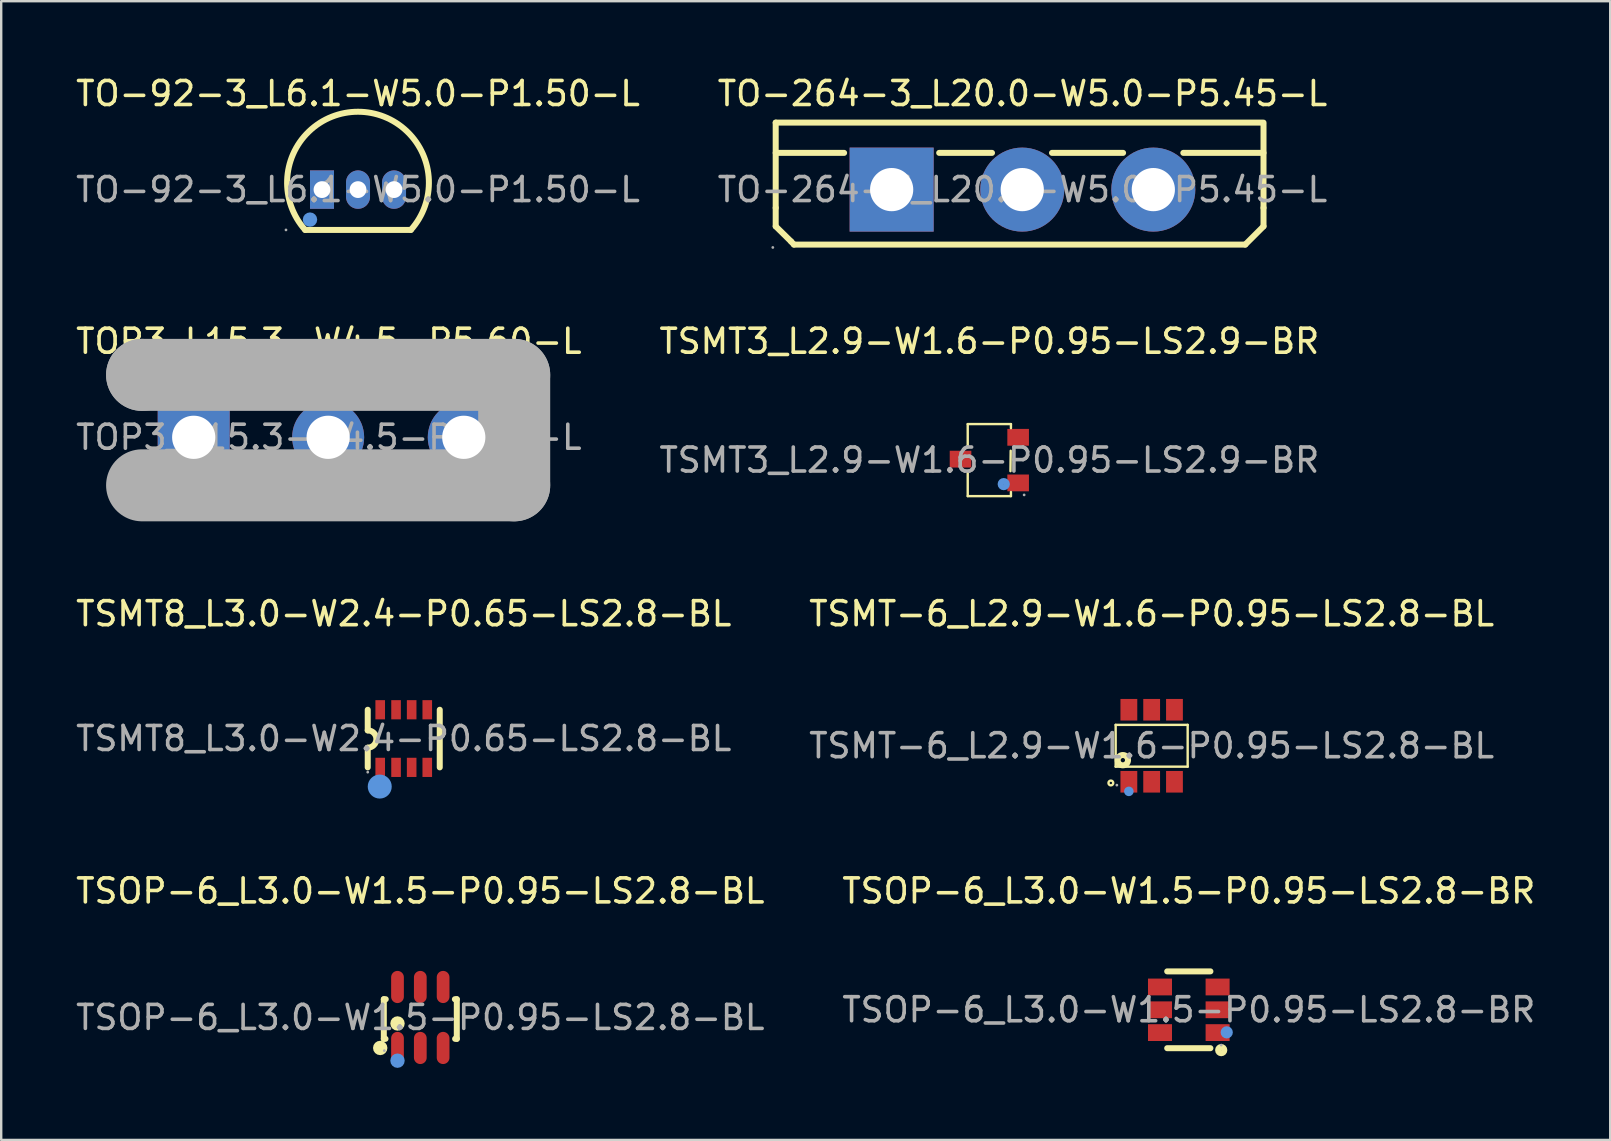
<source format=kicad_pcb>
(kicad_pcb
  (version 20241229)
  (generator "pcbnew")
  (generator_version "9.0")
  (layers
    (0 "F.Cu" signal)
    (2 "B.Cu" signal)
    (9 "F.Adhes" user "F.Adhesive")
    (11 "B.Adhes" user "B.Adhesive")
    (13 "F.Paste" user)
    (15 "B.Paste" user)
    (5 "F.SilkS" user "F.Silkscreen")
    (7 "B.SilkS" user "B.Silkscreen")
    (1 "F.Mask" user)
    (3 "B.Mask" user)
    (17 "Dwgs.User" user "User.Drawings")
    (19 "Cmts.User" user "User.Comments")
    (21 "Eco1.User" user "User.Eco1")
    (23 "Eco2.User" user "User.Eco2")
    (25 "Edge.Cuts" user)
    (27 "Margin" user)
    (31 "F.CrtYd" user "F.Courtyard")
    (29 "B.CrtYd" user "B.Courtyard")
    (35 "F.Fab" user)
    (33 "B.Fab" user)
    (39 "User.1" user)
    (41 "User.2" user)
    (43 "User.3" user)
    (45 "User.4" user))
  (footprint "TO-264-3_L20.0-W5.0-P5.45-L"
    (layer "F.Cu")
    (at 39.542 4.848)
    (property "Reference" "TO-264-3_L20.0-W5.0-P5.45-L" (at 0 -4 0) (layer "F.SilkS") (effects (font (size 1 1) (thickness 0.15))))
    (attr through_hole)
    (fp_line (start -10.28 -2.79) (end 10.04 -2.79) (stroke (width 0.25) (type solid)) (layer "F.SilkS"))
    (fp_line (start -10.28 -1.53) (end -7.43 -1.53) (stroke (width 0.25) (type solid)) (layer "F.SilkS"))
    (fp_line (start -10.28 0.76) (end -10.28 -2.79) (stroke (width 0.25) (type solid)) (layer "F.SilkS"))
    (fp_line (start -10.28 0.76) (end -10.28 1.53) (stroke (width 0.25) (type solid)) (layer "F.SilkS"))
    (fp_line (start -10.28 1.53) (end -9.64 2.16) (stroke (width 0.25) (type solid)) (layer "F.SilkS"))
    (fp_line (start -9.64 2.16) (end -9.52 2.29) (stroke (width 0.25) (type solid)) (layer "F.SilkS"))
    (fp_line (start -9.52 2.29) (end 9.28 2.29) (stroke (width 0.25) (type solid)) (layer "F.SilkS"))
    (fp_line (start -3.47 -1.53) (end -1.27 -1.53) (stroke (width 0.25) (type solid)) (layer "F.SilkS"))
    (fp_line (start 1.23 -1.53) (end 4.19 -1.53) (stroke (width 0.25) (type solid)) (layer "F.SilkS"))
    (fp_line (start 6.7 -1.53) (end 10.04 -1.53) (stroke (width 0.25) (type solid)) (layer "F.SilkS"))
    (fp_line (start 10.04 0.76) (end 10.04 -2.71) (stroke (width 0.25) (type solid)) (layer "F.SilkS"))
    (fp_line (start 10.04 0.76) (end 10.04 1.53) (stroke (width 0.25) (type solid)) (layer "F.SilkS"))
    (fp_line (start 10.04 1.53) (end 9.28 2.29) (stroke (width 0.25) (type solid)) (layer "F.SilkS"))
    (fp_circle (center -10.4 2.41) (end -10.37 2.41) (stroke (width 0.06) (type solid)) (fill no) (layer "F.Fab"))
    (fp_circle (center -5.45 0) (end -5.05 0) (stroke (width 0.8) (type solid)) (fill no) (layer "F.Fab"))
    (fp_circle (center -0.01 0) (end 0.39 0) (stroke (width 0.8) (type solid)) (fill no) (layer "F.Fab"))
    (fp_circle (center 5.45 0) (end 5.85 0) (stroke (width 0.8) (type solid)) (fill no) (layer "F.Fab"))
    (fp_text user "${REFERENCE}" (at 0 0 0) (layer "F.Fab") (effects (font (size 1 1) (thickness 0.15))))
    (pad "1" thru_hole rect (at -5.45 0) (size 3.5 3.5) (drill 1.8) (layers "*.Cu" "*.Paste" "*.Mask"))
    (pad "2" thru_hole circle (at -0.01 0) (size 3.5 3.5) (drill 1.8) (layers "*.Cu" "*.Paste" "*.Mask"))
    (pad "3" thru_hole circle (at 5.45 0) (size 3.5 3.5) (drill 1.8) (layers "*.Cu" "*.Paste" "*.Mask")))
  (footprint "TSMT-6_L2.9-W1.6-P0.95-LS2.8-BL"
    (layer "F.Cu")
    (at 44.923 28.015)
    (property "Reference" "TSMT-6_L2.9-W1.6-P0.95-LS2.8-BL" (at 0 -5.5 0) (layer "F.SilkS") (effects (font (size 1 1) (thickness 0.15))))
    (attr through_hole)
    (fp_line (start -1.5 -0.87) (end 1.5 -0.87) (stroke (width 0.1) (type solid)) (layer "F.SilkS"))
    (fp_line (start -1.5 0.87) (end -1.5 -0.87) (stroke (width 0.1) (type solid)) (layer "F.SilkS"))
    (fp_line (start 1.5 -0.87) (end 1.5 0.87) (stroke (width 0.1) (type solid)) (layer "F.SilkS"))
    (fp_line (start 1.5 0.87) (end -1.5 0.87) (stroke (width 0.1) (type solid)) (layer "F.SilkS"))
    (fp_circle (center -1.7 1.55) (end -1.6 1.55) (stroke (width 0.1) (type solid)) (fill no) (layer "F.SilkS"))
    (fp_circle (center -1.2 0.6) (end -1.11 0.6) (stroke (width 0.25) (type solid)) (fill no) (layer "F.SilkS"))
    (fp_circle (center -0.95 1.9) (end -0.85 1.9) (stroke (width 0.2) (type solid)) (fill no) (layer "Cmts.User"))
    (fp_circle (center -1.45 1.64) (end -1.42 1.64) (stroke (width 0.06) (type solid)) (fill no) (layer "F.Fab"))
    (fp_text user "${REFERENCE}" (at 0 0 0) (layer "F.Fab") (effects (font (size 1 1) (thickness 0.15))))
    (pad "1" smd rect (at -0.95 1.5 90) (size 0.9 0.7) (layers "F.Cu" "F.Mask" "F.Paste"))
    (pad "2" smd rect (at 0 1.5 90) (size 0.9 0.7) (layers "F.Cu" "F.Mask" "F.Paste"))
    (pad "3" smd rect (at 0.95 1.5 90) (size 0.9 0.7) (layers "F.Cu" "F.Mask" "F.Paste"))
    (pad "4" smd rect (at 0.95 -1.5 90) (size 0.9 0.7) (layers "F.Cu" "F.Mask" "F.Paste"))
    (pad "5" smd rect (at 0 -1.5 90) (size 0.9 0.7) (layers "F.Cu" "F.Mask" "F.Paste"))
    (pad "6" smd rect (at -0.95 -1.5 90) (size 0.9 0.7) (layers "F.Cu" "F.Mask" "F.Paste")))
  (footprint "TSMT3_L2.9-W1.6-P0.95-LS2.9-BR"
    (layer "F.Cu")
    (at 38.161 16.116)
    (property "Reference" "TSMT3_L2.9-W1.6-P0.95-LS2.9-BR" (at 0 -4.95 0) (layer "F.SilkS") (effects (font (size 1 1) (thickness 0.15))))
    (attr through_hole)
    (fp_line (start -0.9 -1.5) (end -0.9 -0.54) (stroke (width 0.1) (type solid)) (layer "F.SilkS"))
    (fp_line (start -0.9 -1.5) (end 0.9 -1.5) (stroke (width 0.1) (type solid)) (layer "F.SilkS"))
    (fp_line (start -0.9 0.47) (end -0.9 1.5) (stroke (width 0.1) (type solid)) (layer "F.SilkS"))
    (fp_line (start 0.89 -0.39) (end 0.88 0.46) (stroke (width 0.1) (type solid)) (layer "F.SilkS"))
    (fp_line (start 0.9 -1.5) (end 0.9 -1.33) (stroke (width 0.1) (type solid)) (layer "F.SilkS"))
    (fp_line (start 0.9 1.33) (end 0.9 1.5) (stroke (width 0.1) (type solid)) (layer "F.SilkS"))
    (fp_line (start 0.9 1.5) (end -0.9 1.5) (stroke (width 0.1) (type solid)) (layer "F.SilkS"))
    (fp_circle (center 0.6 1) (end 0.73 1) (stroke (width 0.25) (type solid)) (fill no) (layer "Cmts.User"))
    (fp_circle (center 1.45 1.45) (end 1.48 1.45) (stroke (width 0.06) (type solid)) (fill no) (layer "F.Fab"))
    (fp_text user "${REFERENCE}" (at 0 0 0) (layer "F.Fab") (effects (font (size 1 1) (thickness 0.15))))
    (pad "1" smd rect (at 1.2 0.95 90) (size 0.7 0.9) (layers "F.Cu" "F.Mask" "F.Paste"))
    (pad "2" smd rect (at 1.2 -0.95 90) (size 0.7 0.9) (layers "F.Cu" "F.Mask" "F.Paste"))
    (pad "3" smd rect (at -1.2 -0.04 90) (size 0.7 0.9) (layers "F.Cu" "F.Mask" "F.Paste")))
  (footprint "TOP3_L15.3-W4.5-P5.60-L"
    (layer "F.Cu")
    (at 10.649 15.166)
    (property "Reference" "TOP3_L15.3-W4.5-P5.60-L" (at 0 -4 0) (layer "F.SilkS") (effects (font (size 1 1) (thickness 0.15))))
    (attr through_hole)
    (fp_line (start 7.72 -1.9) (end -7.77 -1.9) (stroke (width 0.25) (type solid)) (layer "F.SilkS"))
    (fp_arc (start -5.49 2.92) (mid -5.49 2.92) (end -5.49 2.92) (stroke (width 0.4) (type solid)) (layer "F.SilkS"))
    (fp_line (start -7.78 -2.6) (end -7.78 -2.6) (stroke (width 3) (type solid)) (layer "F.Fab"))
    (fp_line (start -7.78 -2.6) (end 7.72 -2.6) (stroke (width 3) (type solid)) (layer "F.Fab"))
    (fp_line (start 7.72 -2.6) (end 7.72 2) (stroke (width 3) (type solid)) (layer "F.Fab"))
    (fp_line (start 7.72 2) (end -7.78 2) (stroke (width 3) (type solid)) (layer "F.Fab"))
    (fp_circle (center -7.9 -2.73) (end -7.87 -2.73) (stroke (width 0.06) (type solid)) (fill no) (layer "F.Fab"))
    (fp_circle (center -5.63 0) (end -5.23 0) (stroke (width 0.8) (type solid)) (fill no) (layer "F.Fab"))
    (fp_circle (center -0.03 0) (end 0.37 0) (stroke (width 0.8) (type solid)) (fill no) (layer "F.Fab"))
    (fp_circle (center 5.62 0) (end 6.02 0) (stroke (width 0.8) (type solid)) (fill no) (layer "F.Fab"))
    (fp_text user "${REFERENCE}" (at 0 0 0) (layer "F.Fab") (effects (font (size 1 1) (thickness 0.15))))
    (pad "1" thru_hole rect (at -5.63 0) (size 3 3) (drill 1.8) (layers "*.Cu" "*.Paste" "*.Mask"))
    (pad "2" thru_hole oval (at -0.03 0) (size 3 3) (drill 1.8) (layers "*.Cu" "*.Paste" "*.Mask"))
    (pad "3" thru_hole oval (at 5.62 0) (size 3 3) (drill 1.8) (layers "*.Cu" "*.Paste" "*.Mask")))
  (footprint "TO-92-3_L6.1-W5.0-P1.50-L"
    (layer "F.Cu")
    (at 11.863 4.848)
    (property "Reference" "TO-92-3_L6.1-W5.0-P1.50-L" (at 0 -4 0) (layer "F.SilkS") (effects (font (size 1 1) (thickness 0.15))))
    (attr through_hole)
    (fp_line (start -2.2 1.68) (end 2.2 1.68) (stroke (width 0.25) (type solid)) (layer "F.SilkS"))
    (fp_arc (start -2.2 1.68) (mid -0.003505 -3.243115) (end 2.20467 1.674772) (stroke (width 0.25) (type solid)) (layer "F.SilkS"))
    (fp_circle (center -2 1.25) (end -1.85 1.25) (stroke (width 0.3) (type solid)) (fill no) (layer "Cmts.User"))
    (fp_circle (center -3 1.68) (end -2.97 1.68) (stroke (width 0.06) (type solid)) (fill no) (layer "F.Fab"))
    (fp_text user "${REFERENCE}" (at 0 0 0) (layer "F.Fab") (effects (font (size 1 1) (thickness 0.15))))
    (pad "1" thru_hole rect (at -1.5 0) (size 1 1.6) (drill 0.7) (layers "*.Cu" "*.Paste" "*.Mask"))
    (pad "2" thru_hole oval (at 0 0) (size 1 1.6) (drill 0.7) (layers "*.Cu" "*.Paste" "*.Mask"))
    (pad "3" thru_hole oval (at 1.5 0) (size 1 1.6) (drill 0.7) (layers "*.Cu" "*.Paste" "*.Mask")))
  (footprint "TSMT8_L3.0-W2.4-P0.65-LS2.8-BL"
    (layer "F.Cu")
    (at 13.768 27.715)
    (property "Reference" "TSMT8_L3.0-W2.4-P0.65-LS2.8-BL" (at 0 -5.2 0) (layer "F.SilkS") (effects (font (size 1 1) (thickness 0.15))))
    (attr through_hole)
    (fp_line (start -1.5 -1.2) (end -1.5 -0.34) (stroke (width 0.25) (type solid)) (layer "F.SilkS"))
    (fp_line (start -1.5 1.2) (end -1.5 0.38) (stroke (width 0.25) (type solid)) (layer "F.SilkS"))
    (fp_line (start 1.5 -1.2) (end 1.5 1.2) (stroke (width 0.25) (type solid)) (layer "F.SilkS"))
    (fp_arc (start -1.5 -0.34) (mid -1.14 0.02) (end -1.5 0.38) (stroke (width 0.25) (type solid)) (layer "F.SilkS"))
    (fp_circle (center -1 2) (end -0.84 2) (stroke (width 0.25) (type solid)) (fill no) (layer "F.SilkS"))
    (fp_circle (center -1 2) (end -0.75 2) (stroke (width 0.5) (type solid)) (fill no) (layer "Cmts.User"))
    (fp_circle (center -1.5 1.4) (end -1.47 1.4) (stroke (width 0.06) (type solid)) (fill no) (layer "F.Fab"))
    (fp_text user "${REFERENCE}" (at 0 0 0) (layer "F.Fab") (effects (font (size 1 1) (thickness 0.15))))
    (pad "1" smd rect (at -0.98 1.2 90) (size 0.8 0.4) (layers "F.Cu" "F.Mask" "F.Paste"))
    (pad "2" smd rect (at -0.32 1.2 90) (size 0.8 0.4) (layers "F.Cu" "F.Mask" "F.Paste"))
    (pad "3" smd rect (at 0.33 1.2 90) (size 0.8 0.4) (layers "F.Cu" "F.Mask" "F.Paste"))
    (pad "4" smd rect (at 0.98 1.2 90) (size 0.8 0.4) (layers "F.Cu" "F.Mask" "F.Paste"))
    (pad "5" smd rect (at 0.98 -1.2 90) (size 0.8 0.4) (layers "F.Cu" "F.Mask" "F.Paste"))
    (pad "6" smd rect (at 0.33 -1.2 90) (size 0.8 0.4) (layers "F.Cu" "F.Mask" "F.Paste"))
    (pad "7" smd rect (at -0.32 -1.2 90) (size 0.8 0.4) (layers "F.Cu" "F.Mask" "F.Paste"))
    (pad "8" smd rect (at -0.98 -1.2 90) (size 0.8 0.4) (layers "F.Cu" "F.Mask" "F.Paste")))
  (footprint "TSOP-6_L3.0-W1.5-P0.95-LS2.8-BR"
    (layer "F.Cu")
    (at 46.47 39.013)
    (property "Reference" "TSOP-6_L3.0-W1.5-P0.95-LS2.8-BR" (at 0 -4.95 0) (layer "F.SilkS") (effects (font (size 1 1) (thickness 0.15))))
    (attr through_hole)
    (fp_line (start -0.9 -1.6) (end 0.9 -1.6) (stroke (width 0.25) (type solid)) (layer "F.SilkS"))
    (fp_line (start -0.9 1.6) (end 0.9 1.6) (stroke (width 0.25) (type solid)) (layer "F.SilkS"))
    (fp_circle (center 1.35 1.68) (end 1.48 1.68) (stroke (width 0.25) (type solid)) (fill no) (layer "F.SilkS"))
    (fp_circle (center 1.58 0.94) (end 1.71 0.94) (stroke (width 0.25) (type solid)) (fill no) (layer "Cmts.User"))
    (fp_circle (center 1.35 1.47) (end 1.38 1.47) (stroke (width 0.06) (type solid)) (fill no) (layer "F.Fab"))
    (fp_text user "${REFERENCE}" (at 0 0 0) (layer "F.Fab") (effects (font (size 1 1) (thickness 0.15))))
    (pad "1" smd rect (at 1.2 0.95) (size 1 0.7) (layers "F.Cu" "F.Mask" "F.Paste"))
    (pad "2" smd rect (at 1.2 0) (size 1 0.7) (layers "F.Cu" "F.Mask" "F.Paste"))
    (pad "3" smd rect (at 1.2 -0.95) (size 1 0.7) (layers "F.Cu" "F.Mask" "F.Paste"))
    (pad "4" smd rect (at -1.2 -0.95) (size 1 0.7) (layers "F.Cu" "F.Mask" "F.Paste"))
    (pad "5" smd rect (at -1.2 0) (size 1 0.7) (layers "F.Cu" "F.Mask" "F.Paste"))
    (pad "6" smd rect (at -1.2 0.95) (size 1 0.7) (layers "F.Cu" "F.Mask" "F.Paste")))
  (footprint "TSOP-6_L3.0-W1.5-P0.95-LS2.8-BL"
    (layer "F.Cu")
    (at 14.458 39.333)
    (property "Reference" "TSOP-6_L3.0-W1.5-P0.95-LS2.8-BL" (at 0 -5.27 0) (layer "F.SilkS") (effects (font (size 1 1) (thickness 0.15))))
    (attr through_hole)
    (fp_line (start -1.52 -0.76) (end -1.52 0.89) (stroke (width 0.25) (type solid)) (layer "F.SilkS"))
    (fp_line (start -1.52 0.89) (end -1.45 0.89) (stroke (width 0.25) (type solid)) (layer "F.SilkS"))
    (fp_line (start -1.44 -0.76) (end -1.52 -0.76) (stroke (width 0.25) (type solid)) (layer "F.SilkS"))
    (fp_line (start 1.45 0.89) (end 1.52 0.89) (stroke (width 0.25) (type solid)) (layer "F.SilkS"))
    (fp_line (start 1.52 -0.76) (end 1.44 -0.76) (stroke (width 0.25) (type solid)) (layer "F.SilkS"))
    (fp_line (start 1.52 0.89) (end 1.52 -0.76) (stroke (width 0.25) (type solid)) (layer "F.SilkS"))
    (fp_circle (center -1.67 1.27) (end -1.52 1.27) (stroke (width 0.3) (type solid)) (fill no) (layer "F.SilkS"))
    (fp_circle (center -0.95 0.25) (end -0.8 0.25) (stroke (width 0.3) (type solid)) (fill no) (layer "F.SilkS"))
    (fp_circle (center -0.95 1.8) (end -0.8 1.8) (stroke (width 0.3) (type solid)) (fill no) (layer "Cmts.User"))
    (fp_circle (center -1.5 1.38) (end -1.47 1.38) (stroke (width 0.06) (type solid)) (fill no) (layer "F.Fab"))
    (fp_text user "${REFERENCE}" (at 0 0 0) (layer "F.Fab") (effects (font (size 1 1) (thickness 0.15))))
    (pad "1" smd oval (at -0.95 1.27) (size 0.53 1.34) (layers "F.Cu" "F.Mask" "F.Paste"))
    (pad "2" smd oval (at 0 1.27) (size 0.53 1.34) (layers "F.Cu" "F.Mask" "F.Paste"))
    (pad "3" smd oval (at 0.95 1.27) (size 0.53 1.34) (layers "F.Cu" "F.Mask" "F.Paste"))
    (pad "4" smd oval (at 0.95 -1.27) (size 0.53 1.34) (layers "F.Cu" "F.Mask" "F.Paste"))
    (pad "5" smd oval (at 0 -1.27) (size 0.53 1.34) (layers "F.Cu" "F.Mask" "F.Paste"))
    (pad "6" smd oval (at -0.95 -1.27) (size 0.53 1.34) (layers "F.Cu" "F.Mask" "F.Paste")))
  (gr_rect
    (start -3 -3)
    (end 64.024 44.433)
    (stroke (width 0.1) (type default))
    (fill no)
    (layer "Edge.Cuts")))
</source>
